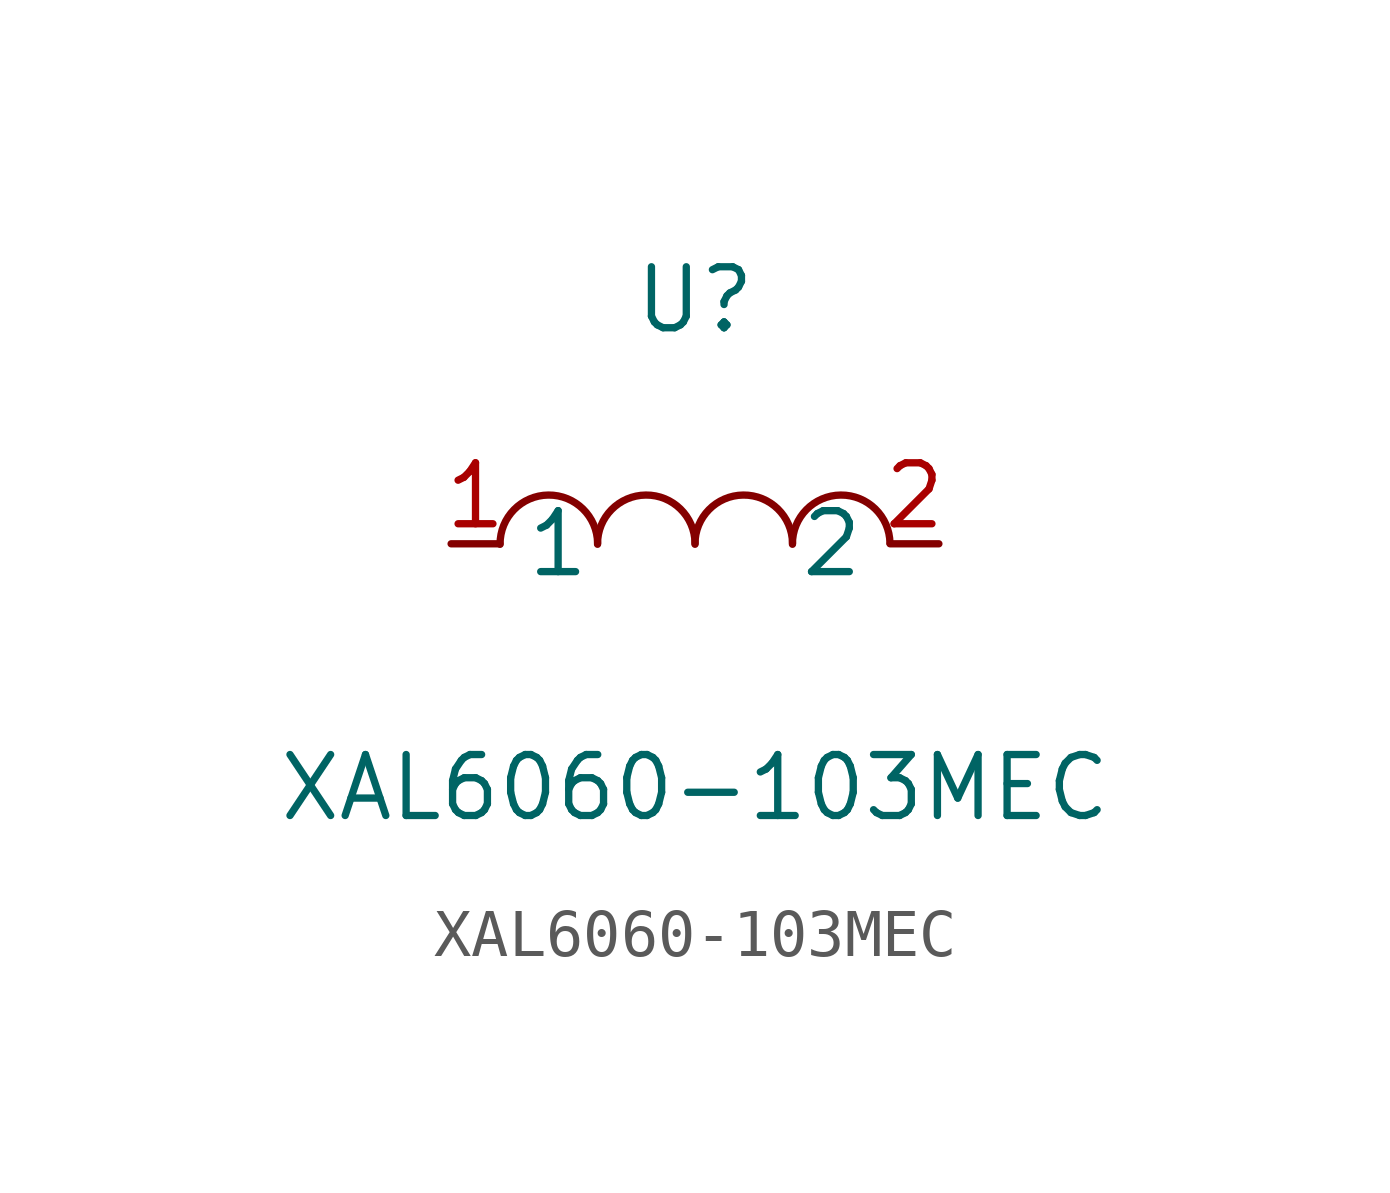
<source format=kicad_sym>
(kicad_symbol_lib
  (version 1)
  (generator "faebryk")
  (symbol "XAL6060-103MEC"
    (property "Reference" "U"
      (at 0 5.08 0)
      (effects (font (size 1.27 1.27)) (hide no)))
    (property "Value" "XAL6060-103MEC"
      (at 0 -5.08 0)
      (effects (font (size 1.27 1.27)) (hide no)))
    (symbol "XAL6060-103MEC_0_1"
      (arc (start -4.06 -0.01) (mid -2.83 0.99) (end -2.03 0.01) (stroke (width 0) (type default) (color 0 0 0 0)) (fill (type none)))
      (arc (start -2.03 -0.01) (mid -0.8 0.99) (end 0 0.01) (stroke (width 0) (type default) (color 0 0 0 0)) (fill (type none)))
      (arc (start 2.03 -0.01) (mid 3.26 0.99) (end 4.06 0.01) (stroke (width 0) (type default) (color 0 0 0 0)) (fill (type none)))
      (arc (start 0 -0.01) (mid 1.23 0.99) (end 2.03 0.01) (stroke (width 0) (type default) (color 0 0 0 0)) (fill (type none)))
      (pin unspecified line (at 5.08 0 180) (length 1.016) (name "2" (effects (font (size 1.27 1.27)) (hide no))) (number "2" (effects (font (size 1.27 1.27)) (hide no))))
      (pin unspecified line (at -5.08 0 0) (length 1.016) (name "1" (effects (font (size 1.27 1.27)) (hide no))) (number "1" (effects (font (size 1.27 1.27)) (hide no)))))))
</source>
